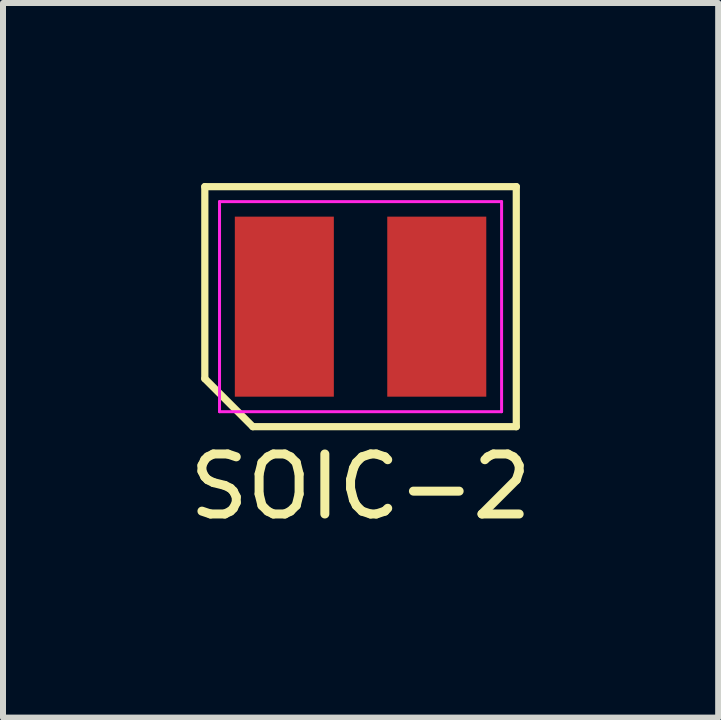
<source format=kicad_pcb>
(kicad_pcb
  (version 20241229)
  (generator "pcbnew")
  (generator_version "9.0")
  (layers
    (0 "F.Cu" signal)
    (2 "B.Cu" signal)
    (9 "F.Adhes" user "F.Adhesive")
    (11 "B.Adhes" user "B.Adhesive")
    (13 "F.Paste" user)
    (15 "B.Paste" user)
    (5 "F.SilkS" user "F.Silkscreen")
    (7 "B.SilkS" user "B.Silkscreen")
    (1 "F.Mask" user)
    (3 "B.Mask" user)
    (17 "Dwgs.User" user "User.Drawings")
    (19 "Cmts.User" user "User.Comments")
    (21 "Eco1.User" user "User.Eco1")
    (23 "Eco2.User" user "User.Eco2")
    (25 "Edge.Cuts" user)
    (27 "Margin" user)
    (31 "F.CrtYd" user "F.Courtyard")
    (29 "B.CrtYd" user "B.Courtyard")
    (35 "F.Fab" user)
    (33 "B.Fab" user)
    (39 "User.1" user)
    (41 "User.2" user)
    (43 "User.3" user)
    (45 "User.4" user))
  (footprint "SOIC-2"
    (layer "F.Cu")
    (at 2.958 2.06)
    (property "Reference" "SOIC-2" (at 0 3 0) (layer "F.SilkS") (effects (font (size 1 1) (thickness 0.15))))
    (attr smd)
    (fp_line (start -2.595 -2) (end 2.595 -2) (stroke (width 0.12) (type solid)) (layer "F.SilkS"))
    (fp_line (start -2.595 1.2) (end -2.595 -2) (stroke (width 0.12) (type solid)) (layer "F.SilkS"))
    (fp_line (start -1.795 2) (end -2.595 1.2) (stroke (width 0.12) (type solid)) (layer "F.SilkS"))
    (fp_line (start 2.595 -2) (end 2.595 2) (stroke (width 0.12) (type solid)) (layer "F.SilkS"))
    (fp_line (start 2.595 2) (end -1.795 2) (stroke (width 0.12) (type solid)) (layer "F.SilkS"))
    (fp_line (start -2.35 -1.75) (end 2.35 -1.75) (stroke (width 0.05) (type solid)) (layer "F.CrtYd"))
    (fp_line (start -2.35 1.75) (end -2.35 -1.75) (stroke (width 0.05) (type solid)) (layer "F.CrtYd"))
    (fp_line (start 2.35 -1.75) (end 2.35 1.75) (stroke (width 0.05) (type solid)) (layer "F.CrtYd"))
    (fp_line (start 2.35 1.75) (end -2.35 1.75) (stroke (width 0.05) (type solid)) (layer "F.CrtYd"))
    (pad "1" smd rect (at -1.27 0) (size 1.65 3) (layers "F.Cu" "F.Mask" "F.Paste"))
    (pad "2" smd rect (at 1.27 0) (size 1.65 3) (layers "F.Cu" "F.Mask" "F.Paste")))
  (gr_rect
    (start -3 -3)
    (end 8.917 8.908)
    (stroke (width 0.1) (type default))
    (fill no)
    (layer "Edge.Cuts")))
</source>
